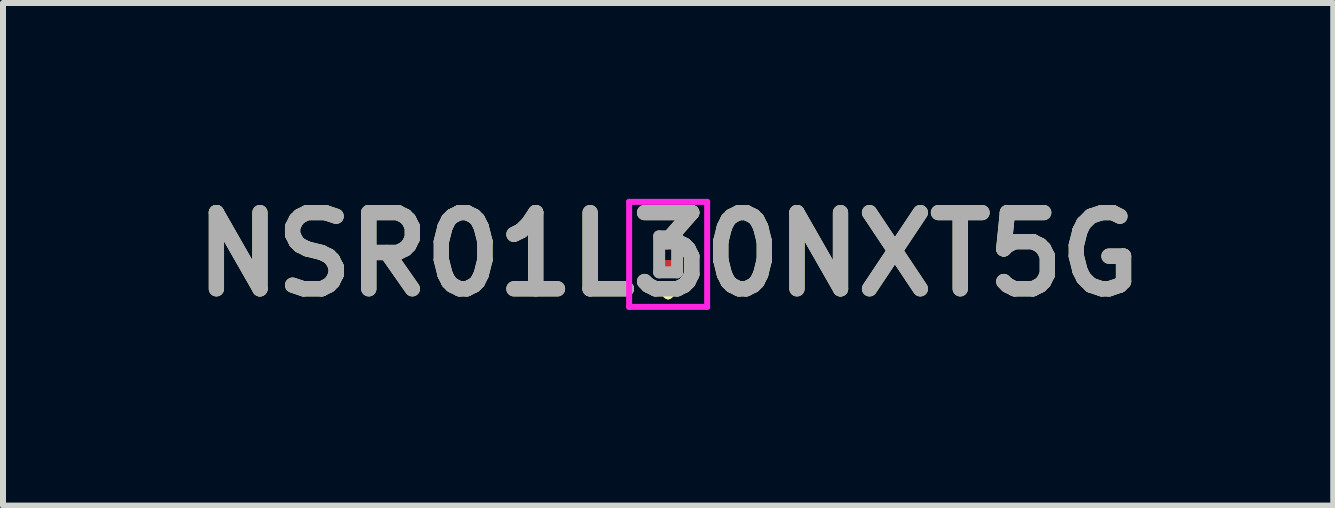
<source format=kicad_pcb>
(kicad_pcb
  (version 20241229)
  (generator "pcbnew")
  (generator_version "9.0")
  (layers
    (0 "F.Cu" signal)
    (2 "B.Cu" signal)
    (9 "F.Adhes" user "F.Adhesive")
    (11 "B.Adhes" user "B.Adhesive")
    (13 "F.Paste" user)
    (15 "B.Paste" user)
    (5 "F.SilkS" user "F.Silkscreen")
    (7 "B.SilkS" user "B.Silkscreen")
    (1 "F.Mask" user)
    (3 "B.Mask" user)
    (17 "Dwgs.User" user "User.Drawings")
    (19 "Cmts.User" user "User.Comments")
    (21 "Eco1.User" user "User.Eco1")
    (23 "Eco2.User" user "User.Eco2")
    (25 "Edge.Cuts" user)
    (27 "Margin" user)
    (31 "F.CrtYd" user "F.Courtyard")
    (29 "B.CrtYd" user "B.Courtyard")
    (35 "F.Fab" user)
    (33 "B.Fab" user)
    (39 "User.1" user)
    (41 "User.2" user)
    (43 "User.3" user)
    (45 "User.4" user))
  (footprint "NSR01L30NXT5G"
    (layer "F.Cu")
    (at 8.086 1.189)
    (property "Reference" "NSR01L30NXT5G" (at 0 0 0) (layer "F.SilkS") (effects (font (size 1.27 1.27) (thickness 0.254))))
    (attr smd)
    (fp_line (start 0 0.6) (end 0 0.6) (stroke (width 0.1) (type solid)) (layer "F.SilkS"))
    (fp_line (start 0 0.7) (end 0 0.7) (stroke (width 0.1) (type solid)) (layer "F.SilkS"))
    (fp_arc (start 0 0.6) (mid 0.05 0.65) (end 0 0.7) (stroke (width 0.1) (type solid)) (layer "F.SilkS"))
    (fp_arc (start 0 0.7) (mid -0.05 0.65) (end 0 0.6) (stroke (width 0.1) (type solid)) (layer "F.SilkS"))
    (fp_line (start -0.65 -0.875) (end 0.65 -0.875) (stroke (width 0.1) (type solid)) (layer "F.CrtYd"))
    (fp_line (start -0.65 0.875) (end -0.65 -0.875) (stroke (width 0.1) (type solid)) (layer "F.CrtYd"))
    (fp_line (start 0.65 -0.875) (end 0.65 0.875) (stroke (width 0.1) (type solid)) (layer "F.CrtYd"))
    (fp_line (start 0.65 0.875) (end -0.65 0.875) (stroke (width 0.1) (type solid)) (layer "F.CrtYd"))
    (fp_line (start -0.15 -0.3) (end 0.15 -0.3) (stroke (width 0.2) (type solid)) (layer "F.Fab"))
    (fp_line (start -0.15 0.3) (end -0.15 -0.3) (stroke (width 0.2) (type solid)) (layer "F.Fab"))
    (fp_line (start 0.15 -0.3) (end 0.15 0.3) (stroke (width 0.2) (type solid)) (layer "F.Fab"))
    (fp_line (start 0.15 0.3) (end -0.15 0.3) (stroke (width 0.2) (type solid)) (layer "F.Fab"))
    (fp_text user "${REFERENCE}" (at 0 0 0) (layer "F.Fab") (effects (font (size 1.27 1.27) (thickness 0.254))))
    (pad "1" smd rect (at 0 0.235 90) (size 0.28 0.3) (layers "F.Cu" "F.Mask" "F.Paste"))
    (pad "2" smd rect (at 0 -0.235 90) (size 0.28 0.3) (layers "F.Cu" "F.Mask" "F.Paste")))
  (gr_rect
    (start -3 -3)
    (end 19.171 5.377)
    (stroke (width 0.1) (type default))
    (fill no)
    (layer "Edge.Cuts")))
</source>
